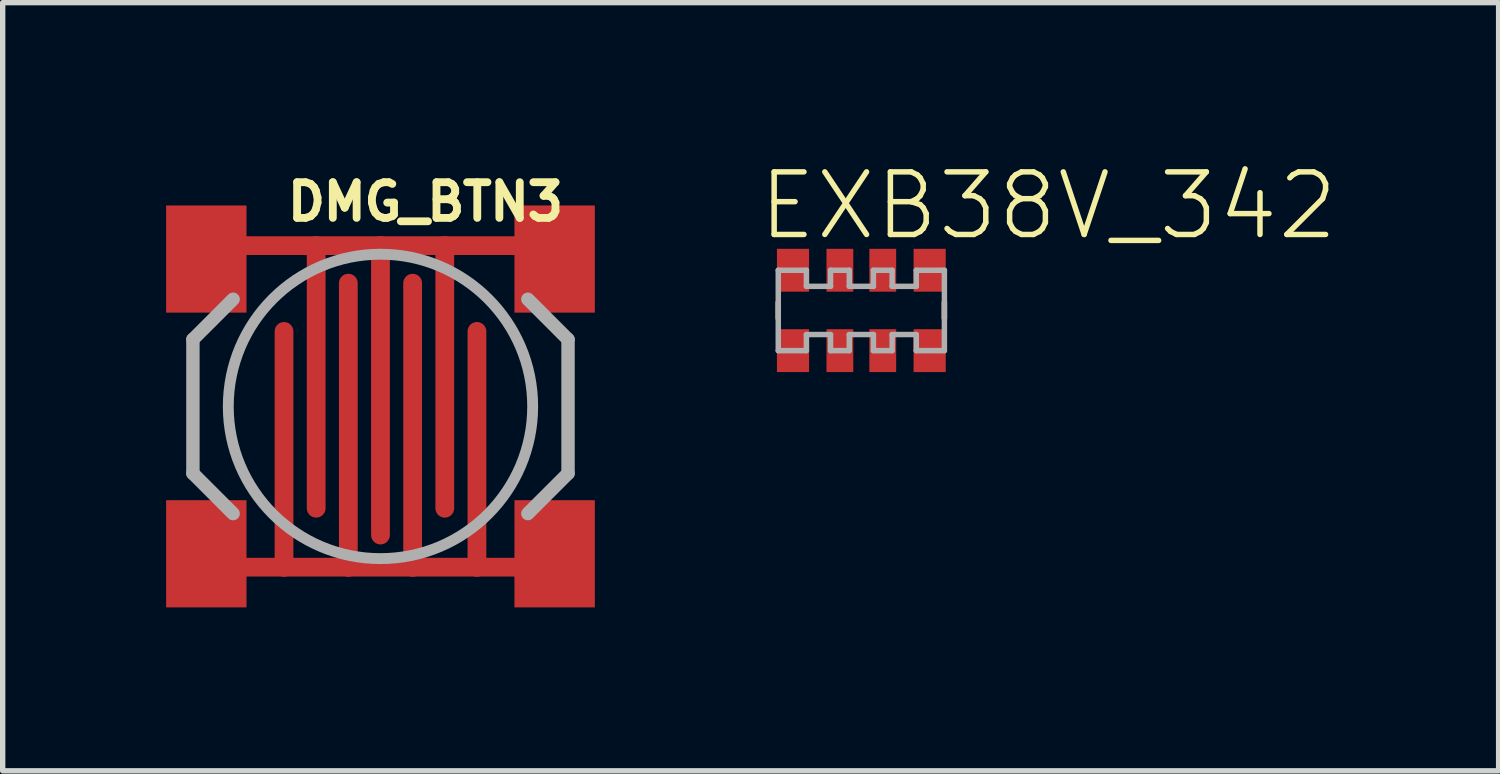
<source format=kicad_pcb>
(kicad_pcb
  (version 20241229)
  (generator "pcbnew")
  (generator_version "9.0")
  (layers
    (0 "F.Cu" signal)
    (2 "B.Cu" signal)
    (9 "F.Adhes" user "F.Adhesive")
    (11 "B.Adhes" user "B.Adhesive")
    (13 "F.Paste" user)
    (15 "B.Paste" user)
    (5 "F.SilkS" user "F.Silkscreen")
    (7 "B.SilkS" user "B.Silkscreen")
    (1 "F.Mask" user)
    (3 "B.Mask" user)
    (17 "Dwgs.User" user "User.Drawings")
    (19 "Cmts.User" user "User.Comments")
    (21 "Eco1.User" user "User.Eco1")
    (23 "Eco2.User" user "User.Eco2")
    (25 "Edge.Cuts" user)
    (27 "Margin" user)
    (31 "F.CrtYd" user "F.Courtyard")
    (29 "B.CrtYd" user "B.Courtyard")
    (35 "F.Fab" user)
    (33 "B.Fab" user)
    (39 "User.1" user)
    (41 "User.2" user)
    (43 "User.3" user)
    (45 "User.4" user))
  (footprint "DMG_BTN3"
    (layer "F.Cu")
    (at 4.05 4.534)
    (property "Reference" "DMG_BTN3" (at -1.81 -3.429 0) (unlocked yes) (layer "F.SilkS") (effects (font (size 0.666 0.666) (thickness 0.146)) (justify left bottom)))
    (fp_line (start -3 -3) (end -1.2 -3) (stroke (width 0.35) (type solid)) (layer "F.Cu"))
    (fp_line (start -3 3) (end -1.8 3) (stroke (width 0.35) (type solid)) (layer "F.Cu"))
    (fp_line (start -1.8 3) (end -1.8 -1.4) (stroke (width 0.35) (type solid)) (layer "F.Cu"))
    (fp_line (start -1.8 3) (end -0.6 3) (stroke (width 0.35) (type solid)) (layer "F.Cu"))
    (fp_line (start -1.2 -3) (end -1.2 1.9) (stroke (width 0.35) (type solid)) (layer "F.Cu"))
    (fp_line (start -1.2 -3) (end 0 -3) (stroke (width 0.35) (type solid)) (layer "F.Cu"))
    (fp_line (start -0.6 3) (end -0.6 -2.3) (stroke (width 0.35) (type solid)) (layer "F.Cu"))
    (fp_line (start -0.6 3) (end 0.6 3) (stroke (width 0.35) (type solid)) (layer "F.Cu"))
    (fp_line (start 0 -3) (end 0 2.4) (stroke (width 0.35) (type solid)) (layer "F.Cu"))
    (fp_line (start 0 -3) (end 1.2 -3) (stroke (width 0.35) (type solid)) (layer "F.Cu"))
    (fp_line (start 0.6 3) (end 0.6 -2.3) (stroke (width 0.35) (type solid)) (layer "F.Cu"))
    (fp_line (start 0.6 3) (end 1.8 3) (stroke (width 0.35) (type solid)) (layer "F.Cu"))
    (fp_line (start 1.2 -3) (end 1.2 1.9) (stroke (width 0.35) (type solid)) (layer "F.Cu"))
    (fp_line (start 1.2 -3) (end 3 -3) (stroke (width 0.35) (type solid)) (layer "F.Cu"))
    (fp_line (start 1.8 3) (end 1.8 -1.4) (stroke (width 0.35) (type solid)) (layer "F.Cu"))
    (fp_line (start 1.8 3) (end 3 3) (stroke (width 0.35) (type solid)) (layer "F.Cu"))
    (fp_poly (pts (xy -4 3.75) (xy -2.5 3.75) (xy -2.5 1.75) (xy -4 1.75)) (stroke (width 0) (type default)) (fill yes) (layer "F.Cu"))
    (fp_line (start -1.8 -1.4) (end -1.8 1.4) (stroke (width 0.35) (type solid)) (layer "F.Mask"))
    (fp_line (start -1.2 1.9) (end -1.2 -1.9) (stroke (width 0.35) (type solid)) (layer "F.Mask"))
    (fp_line (start -0.6 2.2) (end -0.6 -2.3) (stroke (width 0.35) (type solid)) (layer "F.Mask"))
    (fp_line (start 0 2.4) (end 0 -2.5) (stroke (width 0.35) (type solid)) (layer "F.Mask"))
    (fp_line (start 0.6 2.2) (end 0.6 -2.3) (stroke (width 0.35) (type solid)) (layer "F.Mask"))
    (fp_line (start 1.2 -1.9) (end 1.2 1.9) (stroke (width 0.35) (type solid)) (layer "F.Mask"))
    (fp_line (start 1.8 -1.4) (end 1.8 1.4) (stroke (width 0.35) (type solid)) (layer "F.Mask"))
    (fp_circle (center 0 0) (end 2.5 0) (stroke (width 0.35) (type solid)) (fill no) (layer "F.Mask"))
    (fp_poly (pts (xy -4.05 3.8) (xy -2.45 3.8) (xy -2.45 1.7) (xy -4.05 1.7)) (stroke (width 0) (type default)) (fill yes) (layer "F.Mask"))
    (fp_poly (pts (xy 1.883 -1.883) (xy 2.69 0) (xy 1.883 1.883) (xy 0.008 2.687) (xy -1.624 2.143) (xy -2.698 -0.006) (xy -1.626 -1.883) (xy -0.006 -2.693)) (stroke (width 0) (type default)) (fill yes) (layer "F.Mask"))
    (fp_line (start -3.5 -1.25) (end -3.5 1.25) (stroke (width 0.25) (type solid)) (layer "F.Fab"))
    (fp_line (start -3.5 1.25) (end -2.75 2) (stroke (width 0.25) (type solid)) (layer "F.Fab"))
    (fp_line (start -2.75 -2) (end -3.5 -1.25) (stroke (width 0.25) (type solid)) (layer "F.Fab"))
    (fp_line (start 2.75 -2) (end 3.5 -1.25) (stroke (width 0.25) (type solid)) (layer "F.Fab"))
    (fp_line (start 3.5 -1.25) (end 3.5 1.25) (stroke (width 0.25) (type solid)) (layer "F.Fab"))
    (fp_line (start 3.5 1.25) (end 2.75 2) (stroke (width 0.25) (type solid)) (layer "F.Fab"))
    (fp_circle (center 0 0) (end 2.84 0) (stroke (width 0.203) (type solid)) (fill no) (layer "F.Fab"))
    (pad "P$1" smd rect (at -3.25 -2.75) (size 1.5 2) (layers "F.Cu" "F.Mask" "F.Paste"))
    (pad "P$2" smd rect (at 0 3) (size 0.25 0.25) (layers "F.Cu"))
    (pad "P$3" smd rect (at 3.25 -2.75) (size 1.5 2) (layers "F.Cu" "F.Mask" "F.Paste"))
    (pad "P$4" smd rect (at 3.25 2.75) (size 1.5 2) (layers "F.Cu" "F.Mask" "F.Paste"))
    (zone (net_name "") (layer "F.Cu") (hatch edge 0.5) (connect_pads) (min_thickness 0.25) (filled_areas_thickness no) (keepout (tracks not_allowed) (vias not_allowed) (pads not_allowed) (copperpour not_allowed) (footprints allowed)) (placement (enabled no)) (fill) (polygon (pts (xy 0.05 3.034) (xy 0.05 4.534) (xy 2.05 4.534) (xy 2.05 3.034))))
    (zone (net_name "") (layer "F.Cu") (hatch edge 0.5) (connect_pads) (min_thickness 0.25) (filled_areas_thickness no) (keepout (tracks not_allowed) (vias not_allowed) (pads not_allowed) (copperpour not_allowed) (footprints allowed)) (placement (enabled no)) (fill) (polygon (pts (xy 0.05 4.534) (xy 0.05 6.034) (xy 2.05 6.034) (xy 2.05 4.534))))
    (zone (net_name "") (layer "F.Cu") (hatch edge 0.5) (connect_pads) (min_thickness 0.25) (filled_areas_thickness no) (keepout (tracks not_allowed) (vias not_allowed) (pads not_allowed) (copperpour not_allowed) (footprints allowed)) (placement (enabled no)) (fill) (polygon (pts (xy 0.55 1.434) (xy 7.55 1.434) (xy 7.55 7.634) (xy 0.55 7.634))))
    (zone (net_name "") (layer "F.Cu") (hatch edge 0.5) (connect_pads) (min_thickness 0.25) (filled_areas_thickness no) (keepout (tracks not_allowed) (vias not_allowed) (pads not_allowed) (copperpour not_allowed) (footprints allowed)) (placement (enabled no)) (fill) (polygon (pts (xy 6.05 3.034) (xy 6.05 4.534) (xy 8.05 4.534) (xy 8.05 3.034))))
    (zone (net_name "") (layer "F.Cu") (hatch edge 0.5) (connect_pads) (min_thickness 0.25) (filled_areas_thickness no) (keepout (tracks not_allowed) (vias not_allowed) (pads not_allowed) (copperpour not_allowed) (footprints allowed)) (placement (enabled no)) (fill) (polygon (pts (xy 6.05 4.534) (xy 6.05 6.034) (xy 8.05 6.034) (xy 8.05 4.534)))))
  (footprint "EXB38V_342"
    (layer "F.Cu")
    (at 13.023 2.743)
    (property "Reference" "EXB38V_342" (at -1.972 -1.27 0) (unlocked yes) (layer "F.SilkS") (effects (font (size 1.168 1.168) (thickness 0.102)) (justify left bottom)))
    (fp_line (start -1.55 0.15) (end -1.55 -0.15) (stroke (width 0.102) (type solid)) (layer "F.SilkS"))
    (fp_line (start 1.55 -0.15) (end 1.55 0.15) (stroke (width 0.102) (type solid)) (layer "F.SilkS"))
    (fp_line (start -1.55 -0.75) (end -1.025 -0.75) (stroke (width 0.102) (type solid)) (layer "F.Fab"))
    (fp_line (start -1.55 0.75) (end -1.55 -0.75) (stroke (width 0.102) (type solid)) (layer "F.Fab"))
    (fp_line (start -1.025 -0.75) (end -1.025 -0.45) (stroke (width 0.102) (type solid)) (layer "F.Fab"))
    (fp_line (start -1.025 -0.45) (end -0.575 -0.45) (stroke (width 0.102) (type solid)) (layer "F.Fab"))
    (fp_line (start -1.025 0.45) (end -1.025 0.75) (stroke (width 0.102) (type solid)) (layer "F.Fab"))
    (fp_line (start -1.025 0.75) (end -1.55 0.75) (stroke (width 0.102) (type solid)) (layer "F.Fab"))
    (fp_line (start -0.575 -0.75) (end -0.225 -0.75) (stroke (width 0.102) (type solid)) (layer "F.Fab"))
    (fp_line (start -0.575 -0.45) (end -0.575 -0.75) (stroke (width 0.102) (type solid)) (layer "F.Fab"))
    (fp_line (start -0.575 0.45) (end -1.025 0.45) (stroke (width 0.102) (type solid)) (layer "F.Fab"))
    (fp_line (start -0.575 0.75) (end -0.575 0.45) (stroke (width 0.102) (type solid)) (layer "F.Fab"))
    (fp_line (start -0.225 -0.75) (end -0.225 -0.45) (stroke (width 0.102) (type solid)) (layer "F.Fab"))
    (fp_line (start -0.225 -0.45) (end 0.225 -0.45) (stroke (width 0.102) (type solid)) (layer "F.Fab"))
    (fp_line (start -0.225 0.45) (end -0.225 0.75) (stroke (width 0.102) (type solid)) (layer "F.Fab"))
    (fp_line (start -0.225 0.75) (end -0.575 0.75) (stroke (width 0.102) (type solid)) (layer "F.Fab"))
    (fp_line (start 0.225 -0.75) (end 0.575 -0.75) (stroke (width 0.102) (type solid)) (layer "F.Fab"))
    (fp_line (start 0.225 -0.45) (end 0.225 -0.75) (stroke (width 0.102) (type solid)) (layer "F.Fab"))
    (fp_line (start 0.225 0.45) (end -0.225 0.45) (stroke (width 0.102) (type solid)) (layer "F.Fab"))
    (fp_line (start 0.225 0.75) (end 0.225 0.45) (stroke (width 0.102) (type solid)) (layer "F.Fab"))
    (fp_line (start 0.575 -0.75) (end 0.575 -0.45) (stroke (width 0.102) (type solid)) (layer "F.Fab"))
    (fp_line (start 0.575 -0.45) (end 1.025 -0.45) (stroke (width 0.102) (type solid)) (layer "F.Fab"))
    (fp_line (start 0.575 0.45) (end 0.575 0.75) (stroke (width 0.102) (type solid)) (layer "F.Fab"))
    (fp_line (start 0.575 0.75) (end 0.225 0.75) (stroke (width 0.102) (type solid)) (layer "F.Fab"))
    (fp_line (start 1.025 -0.75) (end 1.55 -0.75) (stroke (width 0.102) (type solid)) (layer "F.Fab"))
    (fp_line (start 1.025 -0.45) (end 1.025 -0.75) (stroke (width 0.102) (type solid)) (layer "F.Fab"))
    (fp_line (start 1.025 0.45) (end 0.575 0.45) (stroke (width 0.102) (type solid)) (layer "F.Fab"))
    (fp_line (start 1.025 0.75) (end 1.025 0.45) (stroke (width 0.102) (type solid)) (layer "F.Fab"))
    (fp_line (start 1.55 -0.75) (end 1.55 0.75) (stroke (width 0.102) (type solid)) (layer "F.Fab"))
    (fp_line (start 1.55 0.75) (end 1.025 0.75) (stroke (width 0.102) (type solid)) (layer "F.Fab"))
    (pad "1" smd rect (at -1.275 0.75) (size 0.6 0.8) (layers "F.Cu" "F.Mask" "F.Paste"))
    (pad "2" smd rect (at -0.4 0.75) (size 0.5 0.8) (layers "F.Cu" "F.Mask" "F.Paste"))
    (pad "3" smd rect (at 0.4 0.75) (size 0.5 0.8) (layers "F.Cu" "F.Mask" "F.Paste"))
    (pad "4" smd rect (at 1.275 0.75) (size 0.6 0.8) (layers "F.Cu" "F.Mask" "F.Paste"))
    (pad "5" smd rect (at 1.275 -0.75 180) (size 0.6 0.8) (layers "F.Cu" "F.Mask" "F.Paste"))
    (pad "6" smd rect (at 0.4 -0.75 180) (size 0.5 0.8) (layers "F.Cu" "F.Mask" "F.Paste"))
    (pad "7" smd rect (at -0.4 -0.75 180) (size 0.5 0.8) (layers "F.Cu" "F.Mask" "F.Paste"))
    (pad "8" smd rect (at -1.275 -0.75 180) (size 0.6 0.8) (layers "F.Cu" "F.Mask" "F.Paste")))
  (gr_rect
    (start -3 -3)
    (end 24.915 11.334)
    (stroke (width 0.1) (type default))
    (fill no)
    (layer "Edge.Cuts")))
</source>
